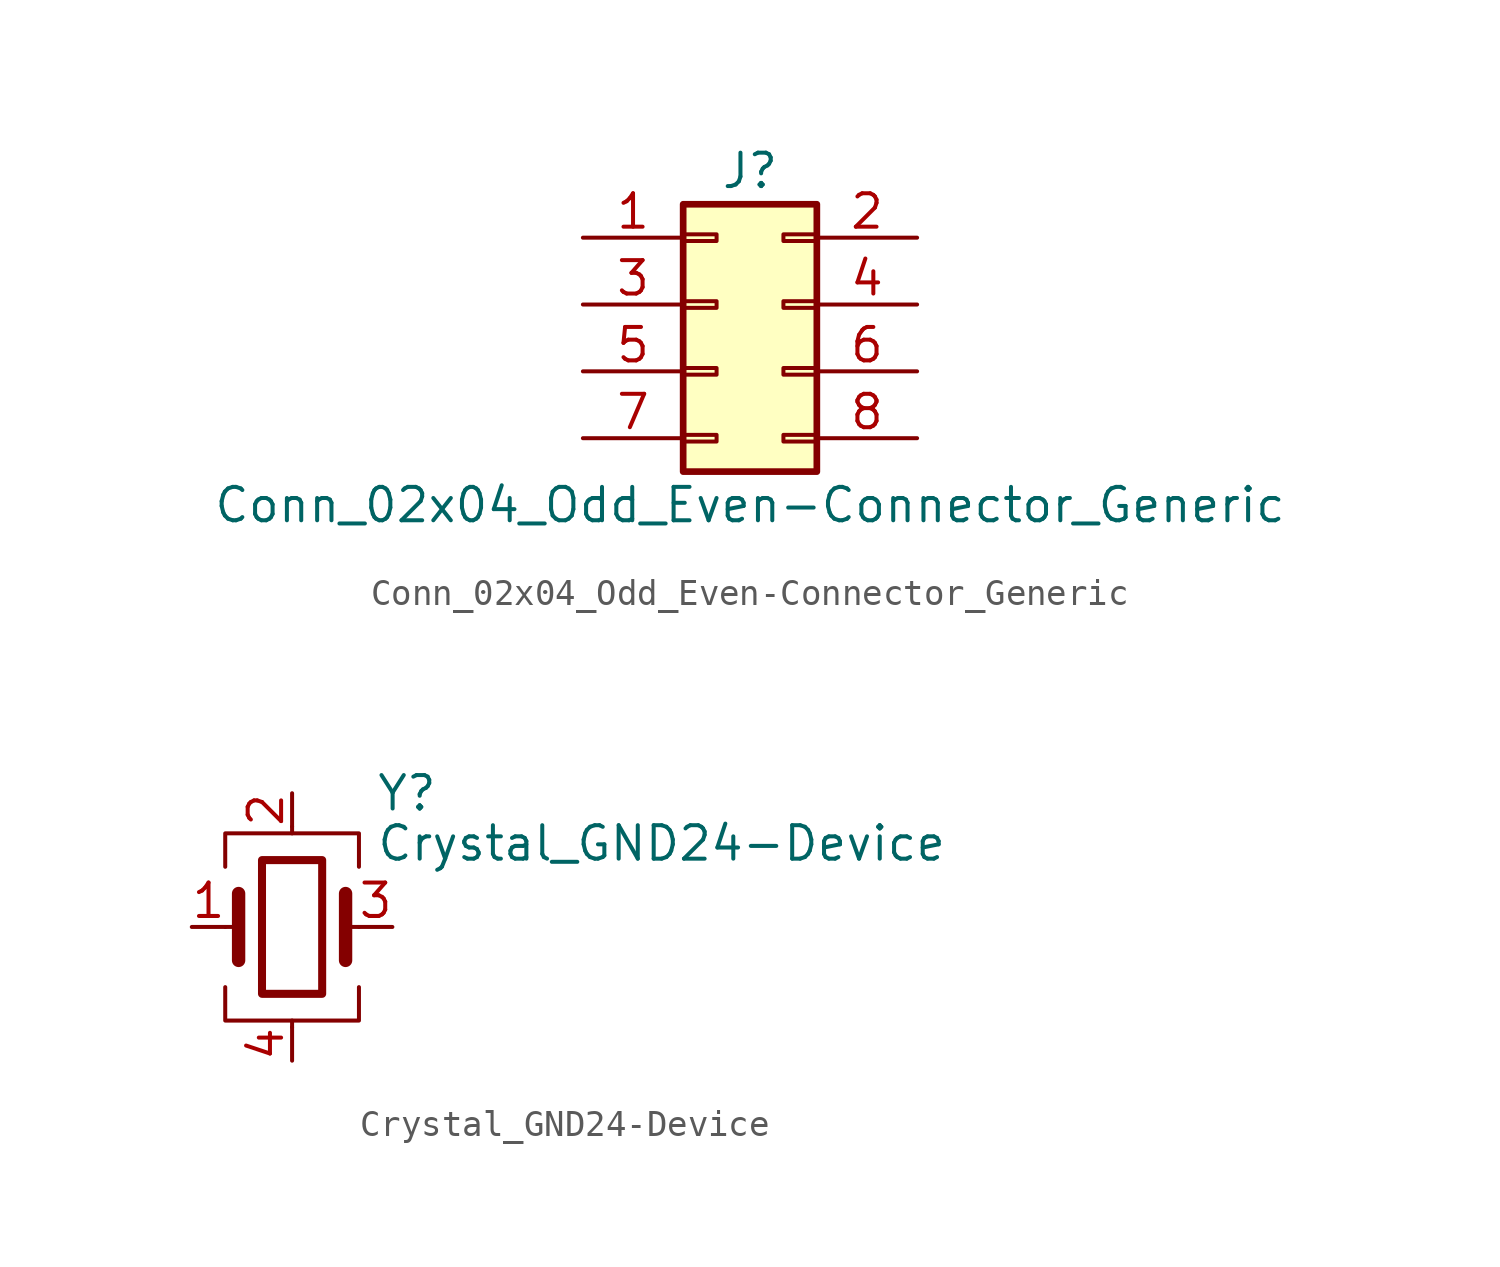
<source format=kicad_sym>
(kicad_symbol_lib
  (version 20211014)
  (generator kicad_symbol_editor)
  (symbol "Conn_02x04_Odd_Even-Connector_Generic"
    (pin_names
      (offset 1.016) hide)
    (property "Reference" "J"
      (at 1.27 5.08 0)
      (effects (font (size 1.27 1.27))))
    (property "Value" "Conn_02x04_Odd_Even-Connector_Generic"
      (at 1.27 -7.62 0)
      (effects (font (size 1.27 1.27))))
    (symbol "Conn_02x04_Odd_Even-Connector_Generic_1_1"
      (rectangle (start -1.27 -4.953) (end 0 -5.207) (stroke (width 0.152) (type default) (color 0 0 0 0)) (fill (type none)))
      (rectangle (start -1.27 -2.413) (end 0 -2.667) (stroke (width 0.152) (type default) (color 0 0 0 0)) (fill (type none)))
      (rectangle (start -1.27 0.127) (end 0 -0.127) (stroke (width 0.152) (type default) (color 0 0 0 0)) (fill (type none)))
      (rectangle (start -1.27 2.667) (end 0 2.413) (stroke (width 0.152) (type default) (color 0 0 0 0)) (fill (type none)))
      (rectangle (start -1.27 3.81) (end 3.81 -6.35) (stroke (width 0.254) (type default) (color 0 0 0 0)) (fill (type background)))
      (rectangle (start 3.81 -4.953) (end 2.54 -5.207) (stroke (width 0.152) (type default) (color 0 0 0 0)) (fill (type none)))
      (rectangle (start 3.81 -2.413) (end 2.54 -2.667) (stroke (width 0.152) (type default) (color 0 0 0 0)) (fill (type none)))
      (rectangle (start 3.81 0.127) (end 2.54 -0.127) (stroke (width 0.152) (type default) (color 0 0 0 0)) (fill (type none)))
      (rectangle (start 3.81 2.667) (end 2.54 2.413) (stroke (width 0.152) (type default) (color 0 0 0 0)) (fill (type none)))
      (pin passive line (at -5.08 2.54 0) (length 3.81) (name "Pin_1" (effects (font (size 1.27 1.27)))) (number "1" (effects (font (size 1.27 1.27)))))
      (pin passive line (at 7.62 2.54 180) (length 3.81) (name "Pin_2" (effects (font (size 1.27 1.27)))) (number "2" (effects (font (size 1.27 1.27)))))
      (pin passive line (at -5.08 0 0) (length 3.81) (name "Pin_3" (effects (font (size 1.27 1.27)))) (number "3" (effects (font (size 1.27 1.27)))))
      (pin passive line (at 7.62 0 180) (length 3.81) (name "Pin_4" (effects (font (size 1.27 1.27)))) (number "4" (effects (font (size 1.27 1.27)))))
      (pin passive line (at -5.08 -2.54 0) (length 3.81) (name "Pin_5" (effects (font (size 1.27 1.27)))) (number "5" (effects (font (size 1.27 1.27)))))
      (pin passive line (at 7.62 -2.54 180) (length 3.81) (name "Pin_6" (effects (font (size 1.27 1.27)))) (number "6" (effects (font (size 1.27 1.27)))))
      (pin passive line (at -5.08 -5.08 0) (length 3.81) (name "Pin_7" (effects (font (size 1.27 1.27)))) (number "7" (effects (font (size 1.27 1.27)))))
      (pin passive line (at 7.62 -5.08 180) (length 3.81) (name "Pin_8" (effects (font (size 1.27 1.27)))) (number "8" (effects (font (size 1.27 1.27)))))))
  (symbol "Crystal_GND24-Device"
    (pin_names
      (offset 1.016) hide)
    (property "Reference" "Y"
      (at 3.175 5.08 0)
      (effects (font (size 1.27 1.27)) (justify left)))
    (property "Value" "Crystal_GND24-Device"
      (at 3.175 3.175 0)
      (effects (font (size 1.27 1.27)) (justify left)))
    (symbol "Crystal_GND24-Device_0_1"
      (rectangle (start -1.143 2.54) (end 1.143 -2.54) (stroke (width 0.305) (type default) (color 0 0 0 0)) (fill (type none)))
      (polyline (pts (xy -2.54 0) (xy -2.032 0)) (stroke (width 0) (type default) (color 0 0 0 0)) (fill (type none)))
      (polyline (pts (xy -2.032 -1.27) (xy -2.032 1.27)) (stroke (width 0.508) (type default) (color 0 0 0 0)) (fill (type none)))
      (polyline (pts (xy 0 -3.81) (xy 0 -3.556)) (stroke (width 0) (type default) (color 0 0 0 0)) (fill (type none)))
      (polyline (pts (xy 0 3.556) (xy 0 3.81)) (stroke (width 0) (type default) (color 0 0 0 0)) (fill (type none)))
      (polyline (pts (xy 2.032 -1.27) (xy 2.032 1.27)) (stroke (width 0.508) (type default) (color 0 0 0 0)) (fill (type none)))
      (polyline (pts (xy 2.032 0) (xy 2.54 0)) (stroke (width 0) (type default) (color 0 0 0 0)) (fill (type none)))
      (polyline (pts (xy -2.54 -2.286) (xy -2.54 -3.556) (xy 2.54 -3.556) (xy 2.54 -2.286)) (stroke (width 0) (type default) (color 0 0 0 0)) (fill (type none)))
      (polyline (pts (xy -2.54 2.286) (xy -2.54 3.556) (xy 2.54 3.556) (xy 2.54 2.286)) (stroke (width 0) (type default) (color 0 0 0 0)) (fill (type none))))
    (symbol "Crystal_GND24-Device_1_1"
      (pin passive line (at -3.81 0 0) (length 1.27) (name "1" (effects (font (size 1.27 1.27)))) (number "1" (effects (font (size 1.27 1.27)))))
      (pin passive line (at 0 5.08 270) (length 1.27) (name "2" (effects (font (size 1.27 1.27)))) (number "2" (effects (font (size 1.27 1.27)))))
      (pin passive line (at 3.81 0 180) (length 1.27) (name "3" (effects (font (size 1.27 1.27)))) (number "3" (effects (font (size 1.27 1.27)))))
      (pin passive line (at 0 -5.08 90) (length 1.27) (name "4" (effects (font (size 1.27 1.27)))) (number "4" (effects (font (size 1.27 1.27))))))))
</source>
